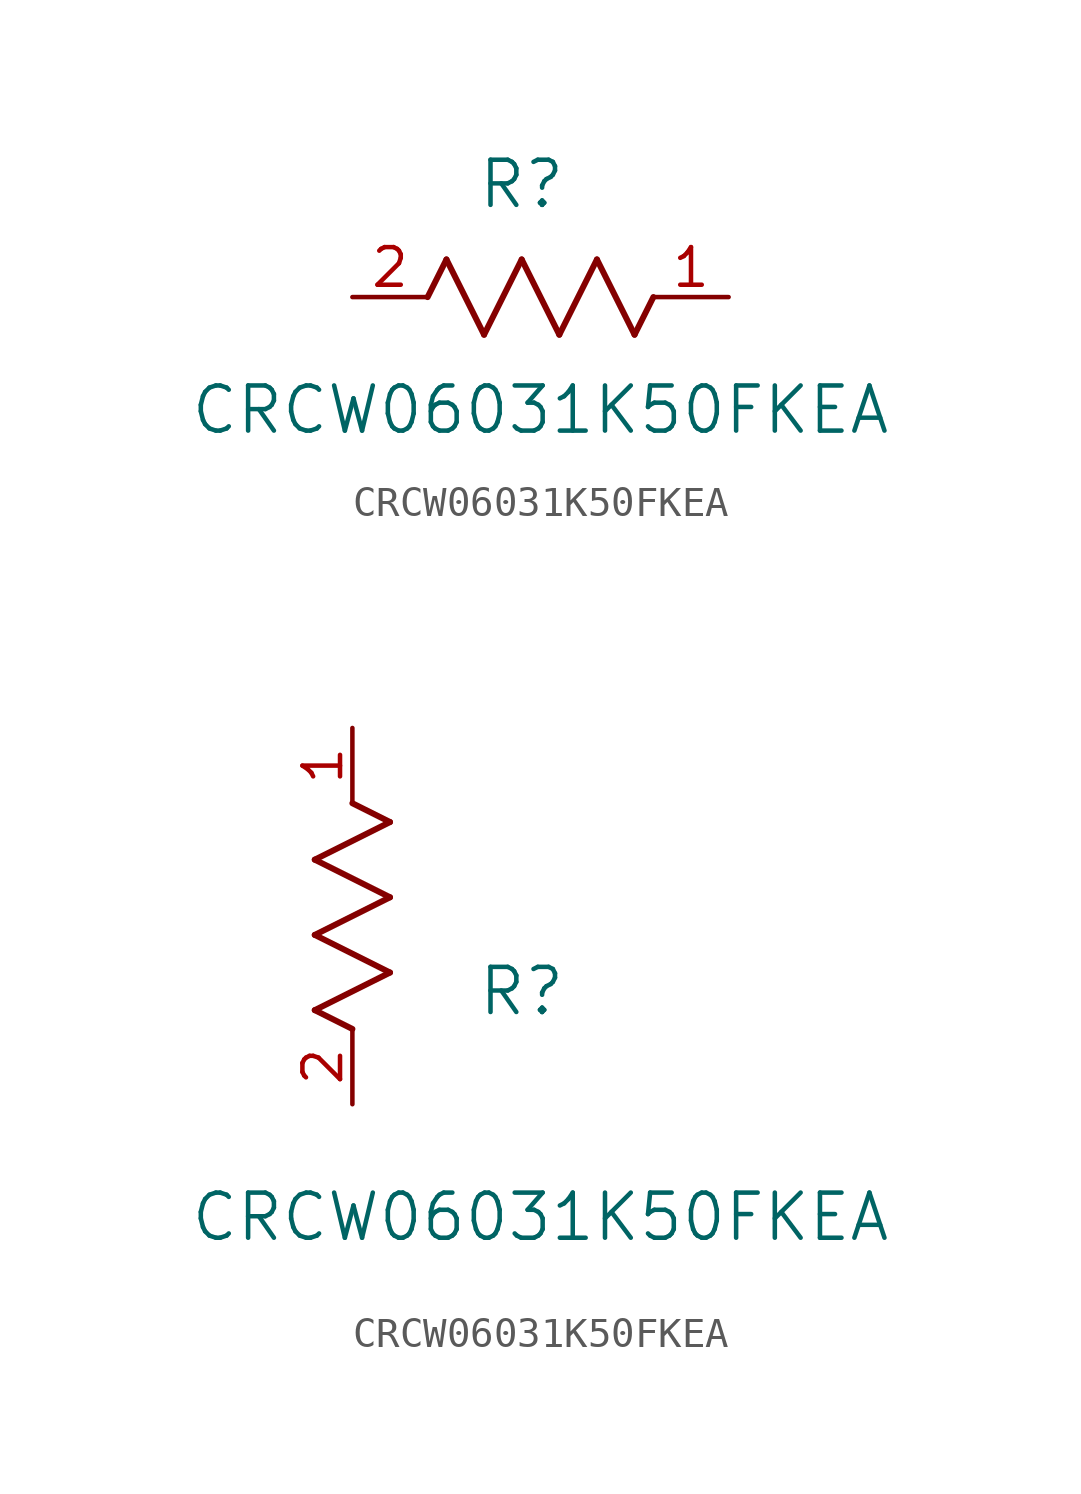
<source format=kicad_sym>
(kicad_symbol_lib
  (version 20211014)
  (generator kicad_symbol_editor)
  (symbol "CRCW06031K50FKEA"
    (pin_names
      (offset 0.254))
    (property "Reference" "R"
      (at 5.715 3.81 0)
      (effects (font (size 1.524 1.524))))
    (property "Value" "CRCW06031K50FKEA"
      (at 6.35 -3.81 0)
      (effects (font (size 1.524 1.524))))
    (symbol "CRCW06031K50FKEA_1_1"
      (polyline (pts (xy 3.175 1.27) (xy 4.445 -1.27)) (stroke (width 0.203) (type default) (color 0 0 0 0)) (fill (type none)))
      (polyline (pts (xy 4.445 -1.27) (xy 5.715 1.27)) (stroke (width 0.203) (type default) (color 0 0 0 0)) (fill (type none)))
      (polyline (pts (xy 5.715 1.27) (xy 6.985 -1.27)) (stroke (width 0.203) (type default) (color 0 0 0 0)) (fill (type none)))
      (polyline (pts (xy 6.985 -1.27) (xy 8.255 1.27)) (stroke (width 0.203) (type default) (color 0 0 0 0)) (fill (type none)))
      (polyline (pts (xy 8.255 1.27) (xy 9.525 -1.27)) (stroke (width 0.203) (type default) (color 0 0 0 0)) (fill (type none)))
      (polyline (pts (xy 2.54 0) (xy 3.175 1.27)) (stroke (width 0.203) (type default) (color 0 0 0 0)) (fill (type none)))
      (polyline (pts (xy 9.525 -1.27) (xy 10.16 0)) (stroke (width 0.203) (type default) (color 0 0 0 0)) (fill (type none)))
      (pin unspecified line (at 0 0 0) (length 2.54) (name "" (effects (font (size 1.27 1.27)))) (number "2" (effects (font (size 1.27 1.27)))))
      (pin unspecified line (at 12.7 0 180) (length 2.54) (name "" (effects (font (size 1.27 1.27)))) (number "1" (effects (font (size 1.27 1.27))))))
    (symbol "CRCW06031K50FKEA_1_2"
      (polyline (pts (xy 0 2.54) (xy -1.27 3.175)) (stroke (width 0.203) (type default) (color 0 0 0 0)) (fill (type none)))
      (polyline (pts (xy -1.27 3.175) (xy 1.27 4.445)) (stroke (width 0.203) (type default) (color 0 0 0 0)) (fill (type none)))
      (polyline (pts (xy 1.27 4.445) (xy -1.27 5.715)) (stroke (width 0.203) (type default) (color 0 0 0 0)) (fill (type none)))
      (polyline (pts (xy -1.27 5.715) (xy 1.27 6.985)) (stroke (width 0.203) (type default) (color 0 0 0 0)) (fill (type none)))
      (polyline (pts (xy -1.27 8.255) (xy 1.27 9.525)) (stroke (width 0.203) (type default) (color 0 0 0 0)) (fill (type none)))
      (polyline (pts (xy 1.27 9.525) (xy 0 10.16)) (stroke (width 0.203) (type default) (color 0 0 0 0)) (fill (type none)))
      (polyline (pts (xy 1.27 6.985) (xy -1.27 8.255)) (stroke (width 0.203) (type default) (color 0 0 0 0)) (fill (type none)))
      (pin unspecified line (at 0 0 90) (length 2.54) (name "" (effects (font (size 1.27 1.27)))) (number "2" (effects (font (size 1.27 1.27)))))
      (pin unspecified line (at 0 12.7 270) (length 2.54) (name "" (effects (font (size 1.27 1.27)))) (number "1" (effects (font (size 1.27 1.27))))))))
</source>
